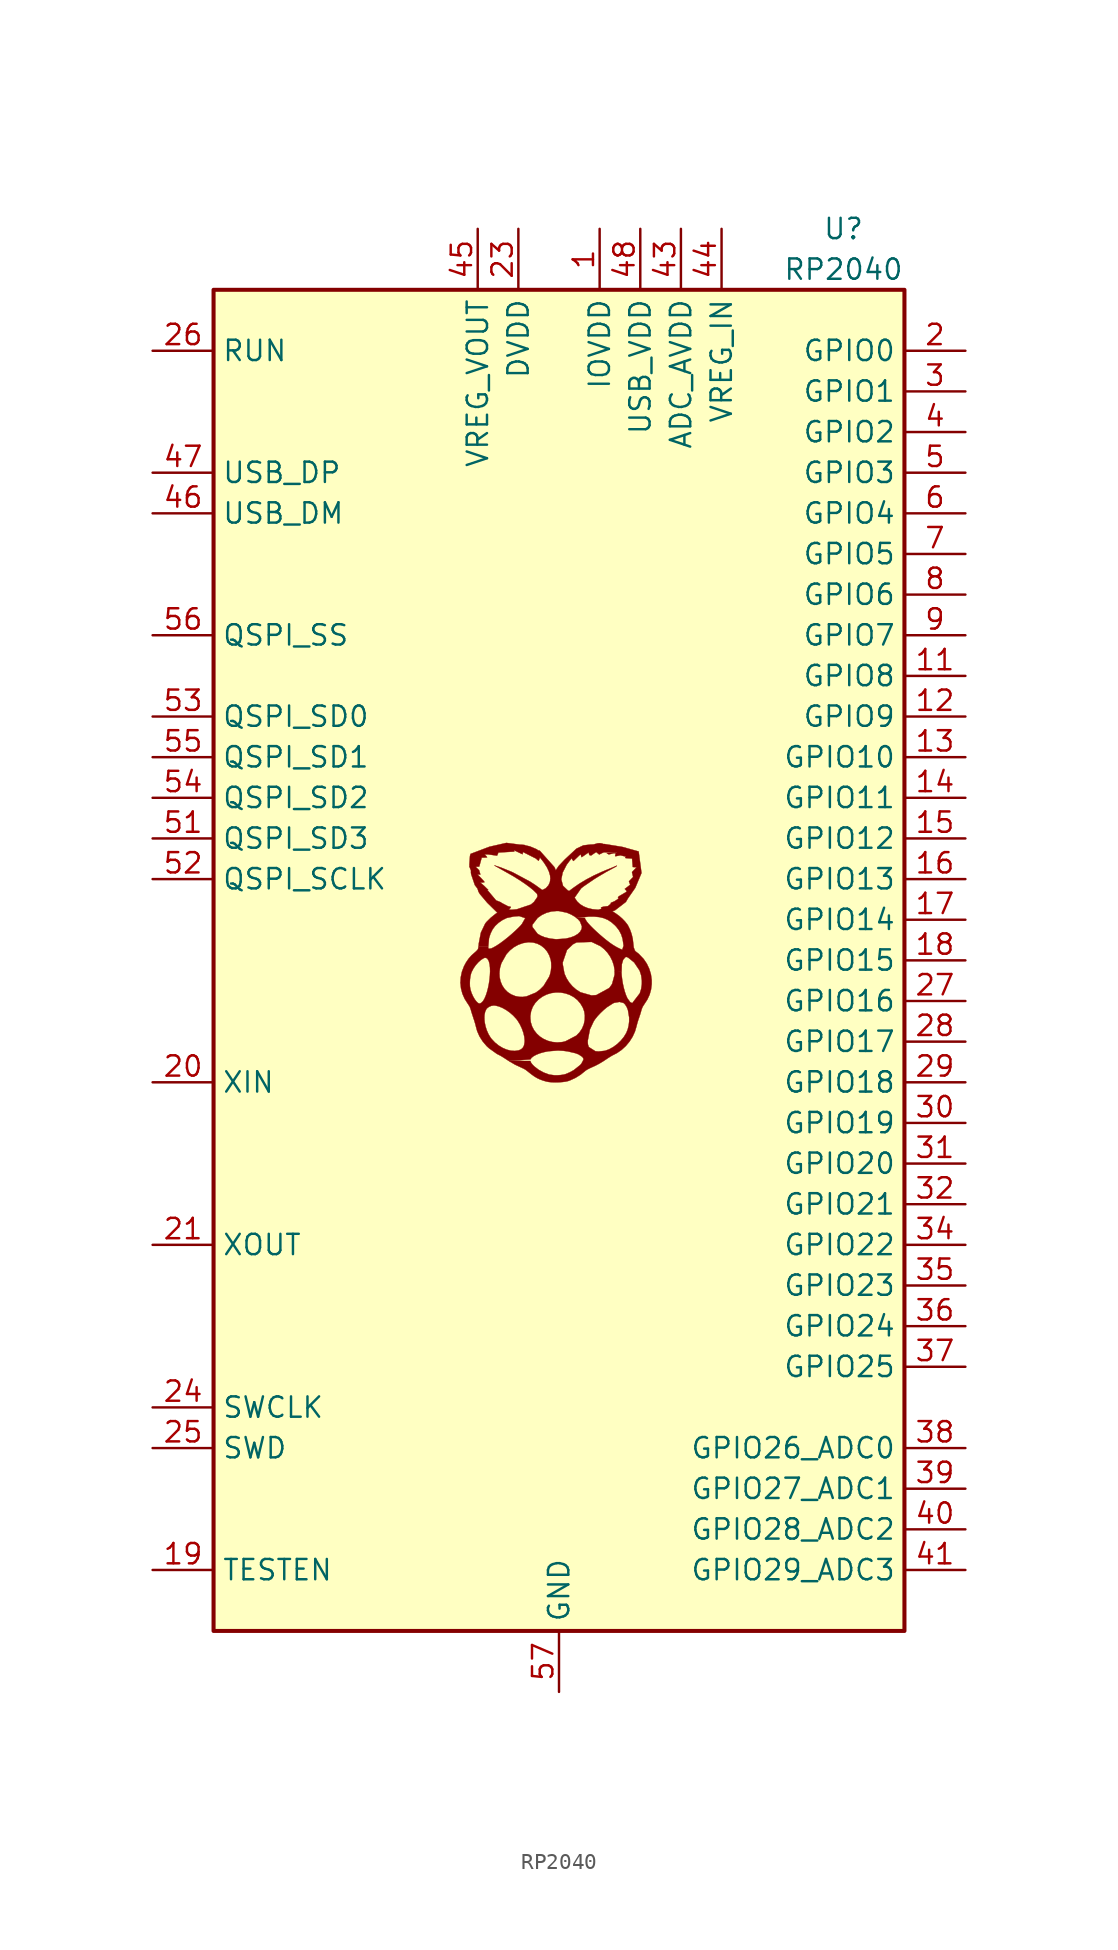
<source format=kicad_sym>
(kicad_symbol_lib
  (version 20211014)
  (generator kicad_symbol_editor)
  (symbol "RP2040"
    (property "Reference" "U"
      (at 17.78 45.72 0)
      (effects (font (size 1.27 1.27))))
    (property "Value" "RP2040"
      (at 17.78 43.18 0)
      (effects (font (size 1.27 1.27))))
    (symbol "RP2040_0_0"
      (polyline (pts (xy 0 -7.62) (xy 0.219 -7.604) (xy 0.414 -7.579) (xy 0.568 -7.543) (xy 0.688 -7.501) (xy 1.024 -7.347) (xy 1.346 -7.147) (xy 1.638 -6.91) (xy 1.679 -6.878) (xy 1.776 -6.818) (xy 1.901 -6.753) (xy 2.034 -6.691) (xy 2.274 -6.583) (xy 2.505 -6.462) (xy 2.742 -6.321) (xy 3.002 -6.149) (xy 3.076 -6.099) (xy 3.211 -6.014) (xy 3.338 -5.94) (xy 3.438 -5.889) (xy 3.626 -5.792) (xy 3.913 -5.594) (xy 4.176 -5.353) (xy 4.407 -5.075) (xy 4.6 -4.771) (xy 4.748 -4.446) (xy 4.847 -4.11) (xy 4.858 -4.06) (xy 4.896 -3.916) (xy 4.945 -3.755) (xy 4.996 -3.603) (xy 5.019 -3.537) (xy 5.07 -3.384) (xy 5.115 -3.236) (xy 5.147 -3.119) (xy 5.168 -3.046) (xy 5.234 -2.891) (xy 5.336 -2.733) (xy 5.522 -2.448) (xy 5.662 -2.146) (xy 5.751 -1.829) (xy 5.794 -1.484) (xy 5.794 -1.227) (xy 5.745 -0.874) (xy 5.643 -0.533) (xy 5.49 -0.209) (xy 5.289 0.089) (xy 4.981 0.411) (xy 4.778 0.568) (xy 4.737 0.625) (xy 4.67 0.804) (xy 4.607 1.36) (xy 4.535 1.652) (xy 4.437 1.928) (xy 4.319 2.168) (xy 4.268 2.249) (xy 4.128 2.426) (xy 3.955 2.607) (xy 3.763 2.776) (xy 3.565 2.921) (xy 3.336 3.07) (xy 3.492 3.122) (xy 4.179 3.651) (xy 4.314 3.882) (xy 4.767 4.534) (xy 5.156 5.461) (xy 4.978 6.807) (xy 3.96 7.091) (xy 2.852 7.272) (xy 2.782 7.27) (xy 2.723 7.291) (xy 2.681 7.307) (xy 2.557 7.326) (xy 2.418 7.317) (xy 2.29 7.281) (xy 2.288 7.28) (xy 2.156 7.247) (xy 1.981 7.238) (xy 1.969 7.239) (xy 1.524 7.188) (xy 1.092 6.985) (xy 0.356 6.299) (xy -0.025 5.893) (xy -0.201 5.629) (xy -0.285 5.826) (xy -1.206 6.86) (xy -1.224 6.86) (xy -1.315 6.882) (xy -1.396 6.946) (xy -1.821 7.124) (xy -2.093 7.185) (xy -2.152 7.212) (xy -2.376 7.234) (xy -2.425 7.231) (xy -3.288 7.342) (xy -4.351 7.101) (xy -5.529 6.654) (xy -5.565 6.518) (xy -5.6 6.002) (xy -5.596 5.854) (xy -5.594 5.848) (xy -5.21 5.848) (xy -5.055 5.857) (xy -4.985 5.862) (xy -4.831 6.42) (xy -4.594 6.426) (xy -4.519 6.432) (xy -4.492 6.44) (xy -4.493 6.445) (xy -4.52 6.485) (xy -4.571 6.543) (xy -4.65 6.625) (xy -4.443 6.625) (xy -3.87 6.546) (xy -3.787 6.74) (xy -2.79 6.799) (xy -2.807 6.835) (xy -2.814 6.869) (xy -2.791 6.872) (xy -2.28 6.632) (xy -2.256 6.747) (xy -2.235 6.772) (xy -2.229 6.77) (xy -2.185 6.74) (xy -1.437 6.362) (xy -1.357 6.287) (xy -1.298 6.24) (xy -1.271 6.228) (xy -1.271 6.228) (xy -1.189 6.429) (xy -1.021 6.215) (xy -0.922 6.082) (xy -0.75 5.811) (xy -0.629 5.553) (xy -0.558 5.31) (xy -0.539 5.084) (xy -0.543 5.06) (xy 0.142 5.06) (xy 0.229 5.491) (xy 0.482 5.983) (xy 0.661 6.221) (xy 0.802 6.388) (xy 0.825 6.303) (xy 0.903 6.21) (xy 1.294 6.584) (xy 1.371 6.615) (xy 1.373 6.577) (xy 1.386 6.503) (xy 1.418 6.449) (xy 1.419 6.448) (xy 1.845 6.742) (xy 1.863 6.726) (xy 1.875 6.644) (xy 1.905 6.58) (xy 2.004 6.553) (xy 2.224 6.705) (xy 2.325 6.77) (xy 2.513 6.616) (xy 2.694 6.707) (xy 2.801 6.751) (xy 3.588 6.742) (xy 3.603 6.728) (xy 3.588 6.713) (xy 3.574 6.728) (xy 2.98 6.706) (xy 3.111 6.62) (xy 3.206 6.644) (xy 3.436 6.699) (xy 3.544 6.687) (xy 3.503 6.52) (xy 3.551 6.51) (xy 3.769 6.552) (xy 3.833 6.566) (xy 4.181 6.484) (xy 4.144 6.433) (xy 4.139 6.402) (xy 4.161 6.396) (xy 4.231 6.386) (xy 4.338 6.377) (xy 4.567 6.363) (xy 4.61 5.834) (xy 4.696 5.827) (xy 4.85 5.818) (xy 4.631 5.59) (xy 4.561 5.516) (xy 4.633 5.21) (xy 4.463 5.034) (xy 4.37 4.938) (xy 4.45 4.731) (xy 4.381 4.673) (xy 4.291 4.602) (xy 4.195 4.529) (xy 4.109 4.466) (xy 4.238 4.322) (xy 4.209 4.284) (xy 4.186 4.264) (xy 3.818 4.049) (xy 3.723 3.993) (xy 3.679 3.896) (xy 3.753 3.879) (xy 3.462 3.69) (xy 3.244 3.599) (xy 3.229 3.529) (xy 3.056 3.389) (xy 2.905 3.372) (xy 2.761 3.353) (xy 2.627 3.306) (xy 2.626 3.272) (xy 2.662 3.226) (xy 2.467 3.166) (xy 2.405 3.168) (xy 2.088 3.198) (xy 1.797 3.267) (xy 1.538 3.372) (xy 1.316 3.51) (xy 1.137 3.678) (xy 1.004 3.874) (xy 0.979 3.927) (xy 1.379 4.498) (xy 1.527 4.617) (xy 2.197 5.076) (xy 2.445 5.23) (xy 2.943 5.524) (xy 3.357 5.748) (xy 3.57 5.861) (xy 3.619 5.924) (xy 3.513 5.878) (xy 3.289 5.782) (xy 3.136 5.72) (xy 2.973 5.655) (xy 2.671 5.53) (xy 2.172 5.3) (xy 1.7 5.051) (xy 1.265 4.789) (xy 0.878 4.519) (xy 0.629 4.332) (xy 0.539 4.383) (xy 0.25 4.659) (xy 0.142 5.06) (xy -0.543 5.06) (xy -0.572 4.879) (xy -0.656 4.695) (xy -0.818 4.512) (xy -1.034 4.398) (xy -1.102 4.433) (xy -1.203 4.509) (xy -1.484 4.712) (xy -1.806 4.921) (xy -2.896 5.504) (xy -3.035 5.564) (xy -3.525 5.761) (xy -3.683 5.821) (xy -4.043 5.939) (xy -4.023 5.923) (xy -3.959 5.884) (xy -3.58 5.672) (xy -2.844 5.254) (xy -2.474 5.023) (xy -2.142 4.801) (xy -1.852 4.589) (xy -1.608 4.391) (xy -1.374 4.161) (xy -1.338 4.018) (xy -1.374 3.925) (xy -1.562 3.653) (xy -1.754 3.49) (xy -2.629 3.195) (xy -2.895 3.168) (xy -2.997 3.164) (xy -3.14 3.164) (xy -3.016 3.305) (xy -3.015 3.341) (xy -3.028 3.348) (xy -3.189 3.382) (xy -3.6 3.597) (xy -3.634 3.631) (xy -3.856 3.719) (xy -3.928 3.744) (xy -4.477 4.396) (xy -4.42 4.402) (xy -4.683 4.66) (xy -4.917 4.863) (xy -4.798 4.864) (xy -4.772 4.865) (xy -4.657 4.886) (xy -4.664 4.907) (xy -4.705 4.962) (xy -4.864 5.135) (xy -5.092 5.364) (xy -4.955 5.364) (xy -4.913 5.365) (xy -4.995 5.636) (xy -5.21 5.848) (xy -5.594 5.848) (xy -5.545 5.718) (xy -5.503 5.621) (xy -5.503 5.521) (xy -5.505 5.488) (xy -5.491 5.386) (xy -5.259 4.704) (xy -5.098 4.494) (xy -5.064 4.401) (xy -5.037 4.303) (xy -4.945 4.146) (xy -4.485 3.601) (xy -3.854 2.981) (xy -3.951 2.915) (xy -3.977 2.897) (xy -4.266 2.664) (xy -4.527 2.405) (xy -4.612 2.299) (xy -4.882 1.733) (xy -5.011 1.067) (xy -5.029 0.864) (xy -4.42 0.864) (xy -4.374 1.378) (xy -4.282 1.672) (xy -4.152 1.936) (xy -4.149 1.941) (xy -3.985 2.158) (xy -3.774 2.354) (xy -3.529 2.521) (xy -3.261 2.652) (xy -2.819 2.743) (xy -2.489 2.769) (xy -2.108 2.642) (xy -2.332 2.246) (xy -2.366 2.211) (xy -1.676 2.21) (xy -1.332 2.658) (xy -1.068 2.841) (xy -0.776 2.976) (xy -0.464 3.058) (xy -0.136 3.086) (xy -0.004 3.083) (xy 0.488 2.982) (xy 0.745 2.872) (xy 0.775 2.857) (xy 0.999 2.725) (xy 1.096 2.647) (xy 1.877 2.737) (xy 2.215 2.734) (xy 2.525 2.704) (xy 2.798 2.638) (xy 3.043 2.534) (xy 3.271 2.388) (xy 3.489 2.197) (xy 3.58 2.102) (xy 3.757 1.871) (xy 3.888 1.619) (xy 3.977 1.337) (xy 4.037 0.914) (xy 3.956 0.671) (xy 3.95 0.671) (xy 3.88 0.691) (xy 3.645 0.805) (xy 3.502 0.886) (xy 3.357 0.977) (xy 3.22 1.07) (xy 3.161 1.113) (xy 2.958 1.268) (xy 2.749 1.439) (xy 2.541 1.618) (xy 2.339 1.8) (xy 2.151 1.977) (xy 1.983 2.145) (xy 1.842 2.297) (xy 1.735 2.426) (xy 1.637 2.587) (xy 1.617 2.647) (xy 1.096 2.647) (xy 1.179 2.581) (xy 1.313 2.429) (xy 1.434 2.116) (xy 1.416 1.963) (xy 1.325 1.794) (xy 1.174 1.648) (xy 0.971 1.526) (xy 0.717 1.43) (xy 0.416 1.36) (xy -0.176 1.32) (xy -0.55 1.36) (xy -0.905 1.449) (xy -1.123 1.536) (xy -1.339 1.66) (xy -1.666 2.091) (xy -1.669 2.211) (xy -2.366 2.211) (xy -2.524 2.047) (xy -2.732 1.847) (xy -2.972 1.631) (xy -3.218 1.422) (xy -3.461 1.23) (xy -3.692 1.06) (xy -3.901 0.921) (xy -4.086 0.815) (xy -4.227 0.748) (xy -4.387 0.725) (xy -4.42 0.777) (xy -4.431 0.877) (xy -5.029 0.877) (xy -5.031 0.862) (xy -5.048 0.759) (xy -5.067 0.697) (xy -5.072 0.688) (xy -5.12 0.628) (xy -5.198 0.55) (xy -5.291 0.469) (xy -5.468 0.312) (xy -5.648 0.109) (xy -5.81 -0.13) (xy -5.936 -0.365) (xy -6.065 -0.704) (xy -6.139 -1.05) (xy -6.16 -1.399) (xy -6.158 -1.412) (xy -5.574 -1.412) (xy -5.563 -1.188) (xy -5.534 -0.977) (xy -5.489 -0.8) (xy -5.454 -0.713) (xy -5.345 -0.503) (xy -5.205 -0.301) (xy -5.044 -0.119) (xy -4.874 0.032) (xy -4.705 0.137) (xy -4.646 0.159) (xy -4.551 0.155) (xy -4.47 0.096) (xy -4.4 -0.02) (xy -4.381 -0.069) (xy -4.337 -0.244) (xy -4.313 -0.456) (xy -4.307 -0.694) (xy -4.31 -0.765) (xy -3.724 -0.765) (xy -3.687 -0.468) (xy -3.603 -0.177) (xy -3.285 0.388) (xy -3.069 0.623) (xy -2.822 0.82) (xy -2.549 0.973) (xy -2.255 1.078) (xy -1.945 1.13) (xy -1.885 1.134) (xy -1.612 1.115) (xy -1.356 1.044) (xy -1.122 0.925) (xy -0.915 0.76) (xy -0.742 0.555) (xy -0.607 0.312) (xy -0.515 0.037) (xy -0.513 0.027) (xy -0.484 -0.187) (xy -0.484 -0.225) (xy 0.23 -0.225) (xy 0.233 -0.126) (xy 0.498 0.648) (xy 0.87 1.004) (xy 1.099 1.123) (xy 2.04 1.153) (xy 2.592 0.889) (xy 2.828 0.699) (xy 3.033 0.477) (xy 3.203 0.23) (xy 3.335 -0.037) (xy 3.427 -0.317) (xy 3.475 -0.605) (xy 3.476 -0.689) (xy 3.912 -0.686) (xy 3.927 -0.242) (xy 4.008 0.037) (xy 4.151 0.204) (xy 4.208 0.216) (xy 4.266 0.202) (xy 4.348 0.154) (xy 4.699 -0.131) (xy 5.041 -0.641) (xy 5.136 -0.939) (xy 5.179 -1.266) (xy 5.178 -1.489) (xy 5.136 -1.784) (xy 5.05 -2.06) (xy 4.579 -2.672) (xy 4.532 -2.653) (xy 4.463 -2.616) (xy 4.441 -2.601) (xy 4.269 -2.362) (xy 4.189 -2.178) (xy 4.115 -1.963) (xy 4.049 -1.723) (xy 3.993 -1.468) (xy 3.949 -1.205) (xy 3.918 -0.943) (xy 3.903 -0.689) (xy 3.476 -0.689) (xy 3.476 -0.895) (xy 3.325 -1.456) (xy 3.284 -1.533) (xy 3.14 -1.728) (xy 2.333 -2.169) (xy 2.03 -2.191) (xy 1.341 -1.995) (xy 1.08 -1.829) (xy 0.843 -1.622) (xy 0.637 -1.381) (xy 0.468 -1.113) (xy 0.34 -0.826) (xy 0.23 -0.225) (xy -0.484 -0.225) (xy -0.483 -0.426) (xy -0.51 -0.667) (xy -0.562 -0.884) (xy -0.618 -1.032) (xy -0.96 -1.592) (xy -1.188 -1.822) (xy -1.445 -2.012) (xy -2.021 -2.248) (xy -2.258 -2.284) (xy -2.478 -2.28) (xy -2.703 -2.238) (xy -2.741 -2.228) (xy -2.993 -2.125) (xy -3.213 -1.978) (xy -3.398 -1.791) (xy -3.545 -1.571) (xy -3.65 -1.323) (xy -3.711 -1.052) (xy -3.724 -0.765) (xy -4.31 -0.765) (xy -4.319 -0.95) (xy -4.346 -1.217) (xy -4.386 -1.485) (xy -4.44 -1.746) (xy -4.505 -1.992) (xy -4.579 -2.213) (xy -4.662 -2.401) (xy -4.751 -2.548) (xy -4.846 -2.645) (xy -4.928 -2.69) (xy -5.001 -2.694) (xy -5.077 -2.653) (xy -5.168 -2.563) (xy -5.266 -2.433) (xy -5.375 -2.245) (xy -5.468 -2.035) (xy -5.539 -1.809) (xy -5.567 -1.626) (xy -5.574 -1.412) (xy -6.158 -1.412) (xy -6.126 -1.744) (xy -6.038 -2.081) (xy -5.897 -2.403) (xy -5.703 -2.706) (xy -5.684 -2.731) (xy -5.577 -2.902) (xy -5.518 -3.058) (xy -5.518 -3.059) (xy -5.493 -3.15) (xy -5.455 -3.279) (xy -5.407 -3.428) (xy -5.356 -3.582) (xy -5.355 -3.582) (xy -5.339 -3.633) (xy -4.666 -3.633) (xy -4.657 -3.408) (xy -4.616 -3.209) (xy -4.541 -3.048) (xy -4.495 -2.993) (xy -4.376 -2.903) (xy -4.23 -2.842) (xy -4.078 -2.819) (xy -3.974 -2.827) (xy -3.764 -2.876) (xy -3.538 -2.969) (xy -3.307 -3.098) (xy -3.079 -3.259) (xy -2.863 -3.447) (xy -2.741 -3.578) (xy -1.793 -3.578) (xy -1.79 -3.464) (xy -1.743 -3.176) (xy -1.643 -2.91) (xy -1.489 -2.667) (xy -1.278 -2.443) (xy -1.034 -2.264) (xy -0.768 -2.131) (xy -0.485 -2.045) (xy -0.194 -2.005) (xy 0.099 -2.01) (xy 0.386 -2.06) (xy 0.66 -2.153) (xy 0.914 -2.29) (xy 1.141 -2.469) (xy 1.332 -2.689) (xy 1.348 -2.711) (xy 1.49 -2.951) (xy 1.578 -3.191) (xy 1.616 -3.444) (xy 1.608 -3.724) (xy 1.608 -3.725) (xy 1.55 -4.003) (xy 1.441 -4.262) (xy 1.284 -4.497) (xy 1.085 -4.702) (xy 0.417 -5.051) (xy 1.791 -5.051) (xy 1.931 -4.318) (xy 2.168 -3.809) (xy 2.258 -3.675) (xy 2.412 -3.482) (xy 2.596 -3.286) (xy 2.796 -3.097) (xy 3.002 -2.926) (xy 3.383 -2.682) (xy 3.458 -2.652) (xy 3.784 -2.596) (xy 4.034 -2.661) (xy 4.127 -2.749) (xy 4.23 -2.907) (xy 4.308 -3.103) (xy 4.386 -3.568) (xy 4.385 -3.82) (xy 4.355 -4.071) (xy 4.295 -4.312) (xy 4.206 -4.535) (xy 4.202 -4.542) (xy 4.051 -4.789) (xy 3.858 -5.023) (xy 3.634 -5.235) (xy 3.389 -5.416) (xy 3.133 -5.557) (xy 2.879 -5.65) (xy 2.875 -5.651) (xy 2.473 -5.694) (xy 2.274 -5.678) (xy 1.861 -5.416) (xy 1.808 -5.252) (xy 1.791 -5.051) (xy 0.417 -5.051) (xy 0.283 -5.09) (xy 0.188 -5.107) (xy -0.117 -5.129) (xy -0.413 -5.101) (xy -0.694 -5.029) (xy -0.954 -4.915) (xy -1.188 -4.764) (xy -1.391 -4.579) (xy -1.559 -4.364) (xy -1.685 -4.123) (xy -1.765 -3.86) (xy -1.793 -3.578) (xy -2.741 -3.578) (xy -2.669 -3.655) (xy -2.578 -3.777) (xy -2.438 -4.008) (xy -2.319 -4.262) (xy -2.226 -4.524) (xy -2.167 -4.779) (xy -2.146 -5.01) (xy -2.15 -5.12) (xy -2.183 -5.307) (xy -2.252 -5.45) (xy -2.359 -5.553) (xy -2.505 -5.62) (xy -2.527 -5.626) (xy -2.76 -5.66) (xy -3.008 -5.644) (xy -3.264 -5.58) (xy -3.519 -5.472) (xy -3.768 -5.322) (xy -4.001 -5.135) (xy -4.212 -4.912) (xy -4.283 -4.819) (xy -4.41 -4.606) (xy -4.514 -4.371) (xy -4.593 -4.124) (xy -4.644 -3.875) (xy -4.666 -3.633) (xy -5.339 -3.633) (xy -5.304 -3.739) (xy -5.257 -3.893) (xy -5.219 -4.027) (xy -5.195 -4.125) (xy -5.115 -4.418) (xy -4.971 -4.747) (xy -4.773 -5.06) (xy -4.526 -5.351) (xy -4.504 -5.373) (xy -4.365 -5.499) (xy -3.883 -5.843) (xy -3.66 -5.957) (xy -3.551 -6.022) (xy -3.422 -6.103) (xy -3.286 -6.192) (xy -3.136 -6.288) (xy -1.783 -6.189) (xy -1.726 -6.098) (xy -1.718 -6.09) (xy -1.585 -5.985) (xy -1.403 -5.889) (xy -1.183 -5.804) (xy -0.933 -5.734) (xy -0.662 -5.681) (xy -0.095 -5.635) (xy -0.014 -5.636) (xy 0.264 -5.652) (xy 0.538 -5.687) (xy 1.028 -5.801) (xy 1.223 -5.875) (xy 1.455 -6.029) (xy 1.518 -6.115) (xy 1.53 -6.207) (xy 1.407 -6.445) (xy 1.326 -6.54) (xy 0.925 -6.858) (xy 0.676 -6.996) (xy 0.409 -7.108) (xy 0.409 -7.109) (xy 0.276 -7.142) (xy 0.105 -7.167) (xy -0.084 -7.18) (xy -0.274 -7.182) (xy -0.607 -7.139) (xy -0.957 -7.01) (xy -1.271 -6.838) (xy -1.543 -6.628) (xy -1.649 -6.523) (xy -1.746 -6.398) (xy -1.79 -6.288) (xy -3.136 -6.288) (xy -2.753 -6.515) (xy -2.277 -6.736) (xy -2.192 -6.776) (xy -2.076 -6.846) (xy -1.732 -7.117) (xy -1.547 -7.25) (xy -1.372 -7.355) (xy -1.195 -7.439) (xy -1.003 -7.51) (xy -0.782 -7.574) (xy -0.64 -7.601) (xy -0.446 -7.619) (xy -0.227 -7.625) (xy 0 -7.62)) (stroke (width 0.01) (type default) (color 0 0 0 0)) (fill (type outline))))
    (symbol "RP2040_0_1"
      (rectangle (start -21.59 41.91) (end 21.59 -41.91) (stroke (width 0.254) (type default) (color 0 0 0 0)) (fill (type background))))
    (symbol "RP2040_1_1"
      (pin power_in line (at 2.54 45.72 270) (length 3.81) (name "IOVDD" (effects (font (size 1.27 1.27)))) (number "1" (effects (font (size 1.27 1.27)))))
      (pin passive line (at 2.54 45.72 270) (length 3.81) hide (name "IOVDD" (effects (font (size 1.27 1.27)))) (number "10" (effects (font (size 1.27 1.27)))))
      (pin bidirectional line (at 25.4 17.78 180) (length 3.81) (name "GPIO8" (effects (font (size 1.27 1.27)))) (number "11" (effects (font (size 1.27 1.27)))))
      (pin bidirectional line (at 25.4 15.24 180) (length 3.81) (name "GPIO9" (effects (font (size 1.27 1.27)))) (number "12" (effects (font (size 1.27 1.27)))))
      (pin bidirectional line (at 25.4 12.7 180) (length 3.81) (name "GPIO10" (effects (font (size 1.27 1.27)))) (number "13" (effects (font (size 1.27 1.27)))))
      (pin bidirectional line (at 25.4 10.16 180) (length 3.81) (name "GPIO11" (effects (font (size 1.27 1.27)))) (number "14" (effects (font (size 1.27 1.27)))))
      (pin bidirectional line (at 25.4 7.62 180) (length 3.81) (name "GPIO12" (effects (font (size 1.27 1.27)))) (number "15" (effects (font (size 1.27 1.27)))))
      (pin bidirectional line (at 25.4 5.08 180) (length 3.81) (name "GPIO13" (effects (font (size 1.27 1.27)))) (number "16" (effects (font (size 1.27 1.27)))))
      (pin bidirectional line (at 25.4 2.54 180) (length 3.81) (name "GPIO14" (effects (font (size 1.27 1.27)))) (number "17" (effects (font (size 1.27 1.27)))))
      (pin bidirectional line (at 25.4 0 180) (length 3.81) (name "GPIO15" (effects (font (size 1.27 1.27)))) (number "18" (effects (font (size 1.27 1.27)))))
      (pin input line (at -25.4 -38.1 0) (length 3.81) (name "TESTEN" (effects (font (size 1.27 1.27)))) (number "19" (effects (font (size 1.27 1.27)))))
      (pin bidirectional line (at 25.4 38.1 180) (length 3.81) (name "GPIO0" (effects (font (size 1.27 1.27)))) (number "2" (effects (font (size 1.27 1.27)))))
      (pin input line (at -25.4 -7.62 0) (length 3.81) (name "XIN" (effects (font (size 1.27 1.27)))) (number "20" (effects (font (size 1.27 1.27)))))
      (pin passive line (at -25.4 -17.78 0) (length 3.81) (name "XOUT" (effects (font (size 1.27 1.27)))) (number "21" (effects (font (size 1.27 1.27)))))
      (pin passive line (at 2.54 45.72 270) (length 3.81) hide (name "IOVDD" (effects (font (size 1.27 1.27)))) (number "22" (effects (font (size 1.27 1.27)))))
      (pin power_in line (at -2.54 45.72 270) (length 3.81) (name "DVDD" (effects (font (size 1.27 1.27)))) (number "23" (effects (font (size 1.27 1.27)))))
      (pin output line (at -25.4 -27.94 0) (length 3.81) (name "SWCLK" (effects (font (size 1.27 1.27)))) (number "24" (effects (font (size 1.27 1.27)))))
      (pin bidirectional line (at -25.4 -30.48 0) (length 3.81) (name "SWD" (effects (font (size 1.27 1.27)))) (number "25" (effects (font (size 1.27 1.27)))))
      (pin input line (at -25.4 38.1 0) (length 3.81) (name "RUN" (effects (font (size 1.27 1.27)))) (number "26" (effects (font (size 1.27 1.27)))))
      (pin bidirectional line (at 25.4 -2.54 180) (length 3.81) (name "GPIO16" (effects (font (size 1.27 1.27)))) (number "27" (effects (font (size 1.27 1.27)))))
      (pin bidirectional line (at 25.4 -5.08 180) (length 3.81) (name "GPIO17" (effects (font (size 1.27 1.27)))) (number "28" (effects (font (size 1.27 1.27)))))
      (pin bidirectional line (at 25.4 -7.62 180) (length 3.81) (name "GPIO18" (effects (font (size 1.27 1.27)))) (number "29" (effects (font (size 1.27 1.27)))))
      (pin bidirectional line (at 25.4 35.56 180) (length 3.81) (name "GPIO1" (effects (font (size 1.27 1.27)))) (number "3" (effects (font (size 1.27 1.27)))))
      (pin bidirectional line (at 25.4 -10.16 180) (length 3.81) (name "GPIO19" (effects (font (size 1.27 1.27)))) (number "30" (effects (font (size 1.27 1.27)))))
      (pin bidirectional line (at 25.4 -12.7 180) (length 3.81) (name "GPIO20" (effects (font (size 1.27 1.27)))) (number "31" (effects (font (size 1.27 1.27)))))
      (pin bidirectional line (at 25.4 -15.24 180) (length 3.81) (name "GPIO21" (effects (font (size 1.27 1.27)))) (number "32" (effects (font (size 1.27 1.27)))))
      (pin passive line (at 2.54 45.72 270) (length 3.81) hide (name "IOVDD" (effects (font (size 1.27 1.27)))) (number "33" (effects (font (size 1.27 1.27)))))
      (pin bidirectional line (at 25.4 -17.78 180) (length 3.81) (name "GPIO22" (effects (font (size 1.27 1.27)))) (number "34" (effects (font (size 1.27 1.27)))))
      (pin bidirectional line (at 25.4 -20.32 180) (length 3.81) (name "GPIO23" (effects (font (size 1.27 1.27)))) (number "35" (effects (font (size 1.27 1.27)))))
      (pin bidirectional line (at 25.4 -22.86 180) (length 3.81) (name "GPIO24" (effects (font (size 1.27 1.27)))) (number "36" (effects (font (size 1.27 1.27)))))
      (pin bidirectional line (at 25.4 -25.4 180) (length 3.81) (name "GPIO25" (effects (font (size 1.27 1.27)))) (number "37" (effects (font (size 1.27 1.27)))))
      (pin bidirectional line (at 25.4 -30.48 180) (length 3.81) (name "GPIO26_ADC0" (effects (font (size 1.27 1.27)))) (number "38" (effects (font (size 1.27 1.27)))))
      (pin bidirectional line (at 25.4 -33.02 180) (length 3.81) (name "GPIO27_ADC1" (effects (font (size 1.27 1.27)))) (number "39" (effects (font (size 1.27 1.27)))))
      (pin bidirectional line (at 25.4 33.02 180) (length 3.81) (name "GPIO2" (effects (font (size 1.27 1.27)))) (number "4" (effects (font (size 1.27 1.27)))))
      (pin bidirectional line (at 25.4 -35.56 180) (length 3.81) (name "GPIO28_ADC2" (effects (font (size 1.27 1.27)))) (number "40" (effects (font (size 1.27 1.27)))))
      (pin bidirectional line (at 25.4 -38.1 180) (length 3.81) (name "GPIO29_ADC3" (effects (font (size 1.27 1.27)))) (number "41" (effects (font (size 1.27 1.27)))))
      (pin passive line (at 2.54 45.72 270) (length 3.81) hide (name "IOVDD" (effects (font (size 1.27 1.27)))) (number "42" (effects (font (size 1.27 1.27)))))
      (pin power_in line (at 7.62 45.72 270) (length 3.81) (name "ADC_AVDD" (effects (font (size 1.27 1.27)))) (number "43" (effects (font (size 1.27 1.27)))))
      (pin power_in line (at 10.16 45.72 270) (length 3.81) (name "VREG_IN" (effects (font (size 1.27 1.27)))) (number "44" (effects (font (size 1.27 1.27)))))
      (pin power_out line (at -5.08 45.72 270) (length 3.81) (name "VREG_VOUT" (effects (font (size 1.27 1.27)))) (number "45" (effects (font (size 1.27 1.27)))))
      (pin bidirectional line (at -25.4 27.94 0) (length 3.81) (name "USB_DM" (effects (font (size 1.27 1.27)))) (number "46" (effects (font (size 1.27 1.27)))))
      (pin bidirectional line (at -25.4 30.48 0) (length 3.81) (name "USB_DP" (effects (font (size 1.27 1.27)))) (number "47" (effects (font (size 1.27 1.27)))))
      (pin power_in line (at 5.08 45.72 270) (length 3.81) (name "USB_VDD" (effects (font (size 1.27 1.27)))) (number "48" (effects (font (size 1.27 1.27)))))
      (pin passive line (at 2.54 45.72 270) (length 3.81) hide (name "IOVDD" (effects (font (size 1.27 1.27)))) (number "49" (effects (font (size 1.27 1.27)))))
      (pin bidirectional line (at 25.4 30.48 180) (length 3.81) (name "GPIO3" (effects (font (size 1.27 1.27)))) (number "5" (effects (font (size 1.27 1.27)))))
      (pin passive line (at -2.54 45.72 270) (length 3.81) hide (name "DVDD" (effects (font (size 1.27 1.27)))) (number "50" (effects (font (size 1.27 1.27)))))
      (pin bidirectional line (at -25.4 7.62 0) (length 3.81) (name "QSPI_SD3" (effects (font (size 1.27 1.27)))) (number "51" (effects (font (size 1.27 1.27)))))
      (pin output line (at -25.4 5.08 0) (length 3.81) (name "QSPI_SCLK" (effects (font (size 1.27 1.27)))) (number "52" (effects (font (size 1.27 1.27)))))
      (pin bidirectional line (at -25.4 15.24 0) (length 3.81) (name "QSPI_SD0" (effects (font (size 1.27 1.27)))) (number "53" (effects (font (size 1.27 1.27)))))
      (pin bidirectional line (at -25.4 10.16 0) (length 3.81) (name "QSPI_SD2" (effects (font (size 1.27 1.27)))) (number "54" (effects (font (size 1.27 1.27)))))
      (pin bidirectional line (at -25.4 12.7 0) (length 3.81) (name "QSPI_SD1" (effects (font (size 1.27 1.27)))) (number "55" (effects (font (size 1.27 1.27)))))
      (pin bidirectional line (at -25.4 20.32 0) (length 3.81) (name "QSPI_SS" (effects (font (size 1.27 1.27)))) (number "56" (effects (font (size 1.27 1.27)))))
      (pin power_in line (at 0 -45.72 90) (length 3.81) (name "GND" (effects (font (size 1.27 1.27)))) (number "57" (effects (font (size 1.27 1.27)))))
      (pin bidirectional line (at 25.4 27.94 180) (length 3.81) (name "GPIO4" (effects (font (size 1.27 1.27)))) (number "6" (effects (font (size 1.27 1.27)))))
      (pin bidirectional line (at 25.4 25.4 180) (length 3.81) (name "GPIO5" (effects (font (size 1.27 1.27)))) (number "7" (effects (font (size 1.27 1.27)))))
      (pin bidirectional line (at 25.4 22.86 180) (length 3.81) (name "GPIO6" (effects (font (size 1.27 1.27)))) (number "8" (effects (font (size 1.27 1.27)))))
      (pin bidirectional line (at 25.4 20.32 180) (length 3.81) (name "GPIO7" (effects (font (size 1.27 1.27)))) (number "9" (effects (font (size 1.27 1.27))))))))
</source>
